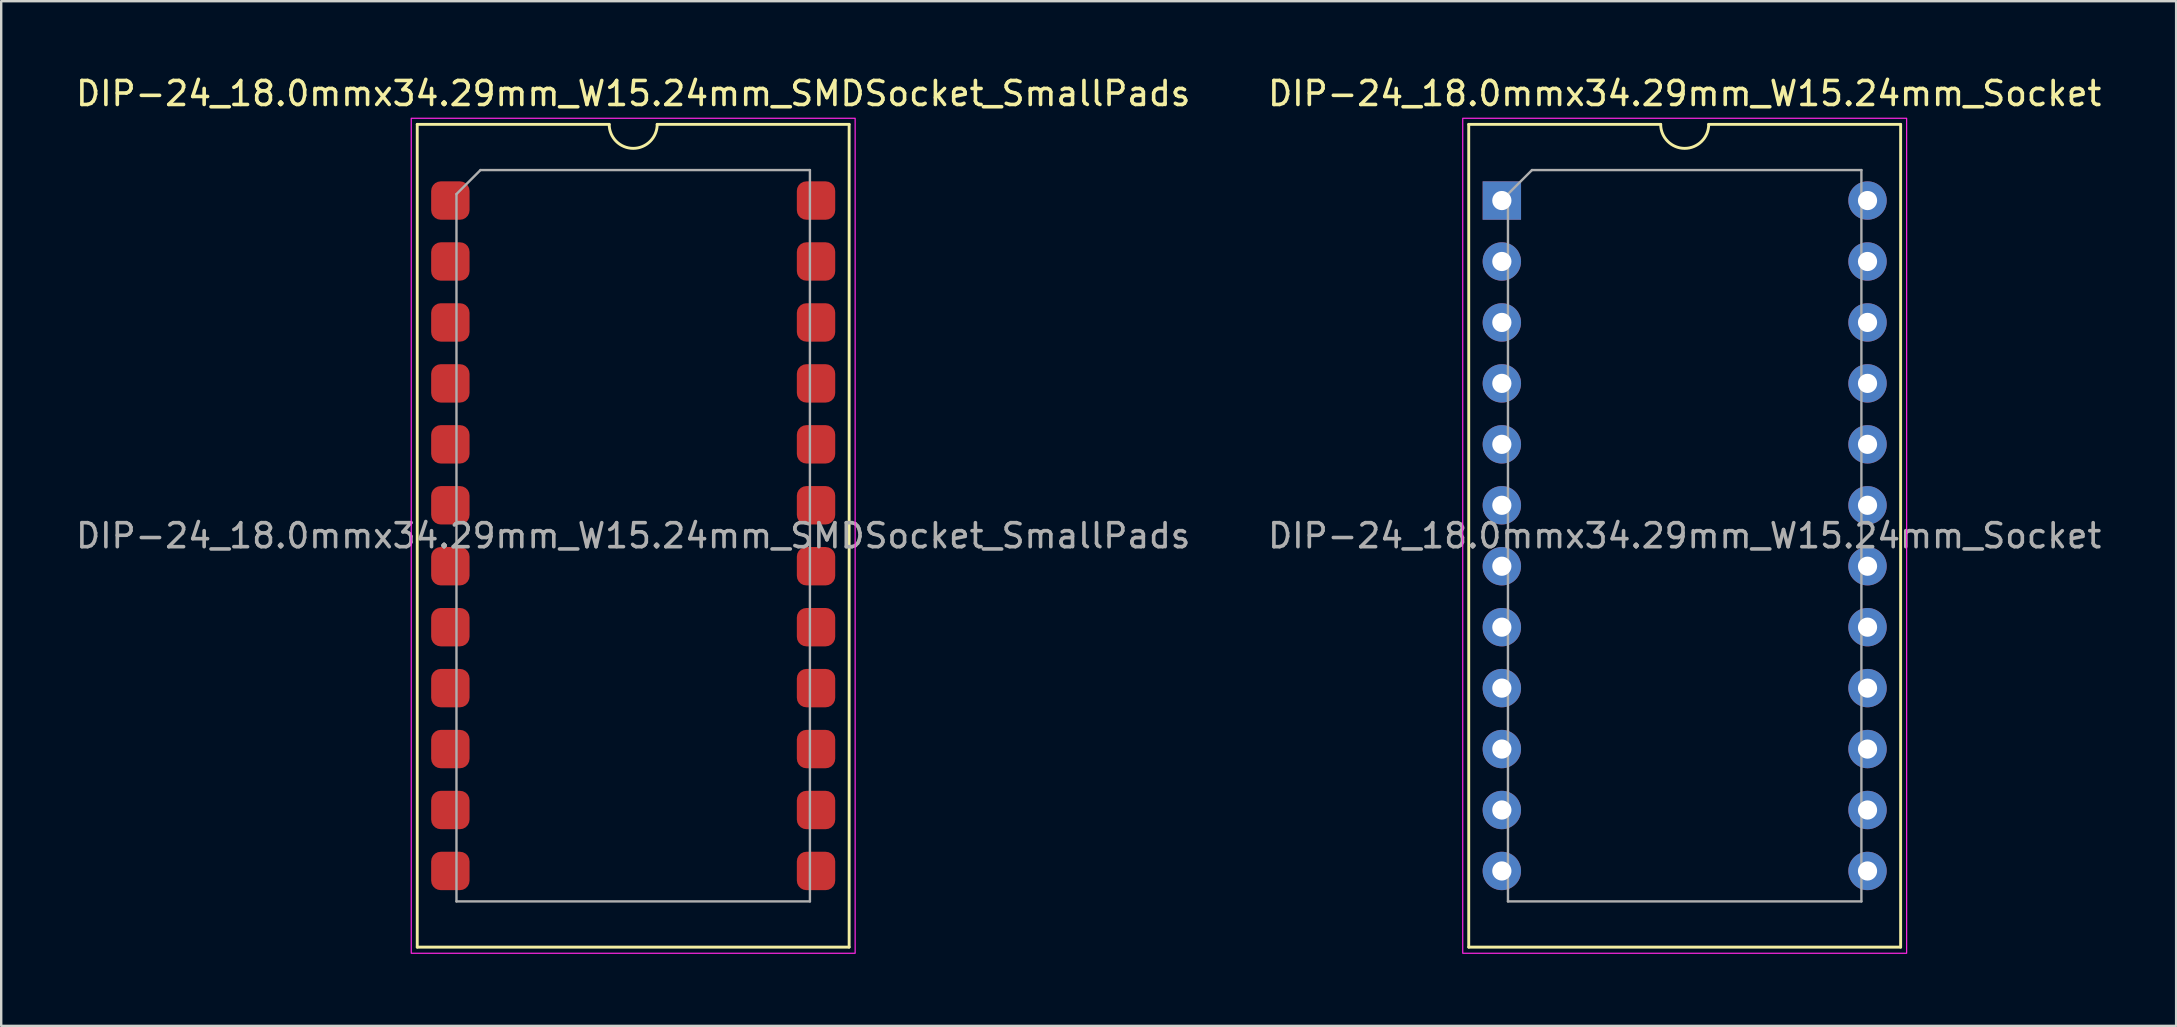
<source format=kicad_pcb>
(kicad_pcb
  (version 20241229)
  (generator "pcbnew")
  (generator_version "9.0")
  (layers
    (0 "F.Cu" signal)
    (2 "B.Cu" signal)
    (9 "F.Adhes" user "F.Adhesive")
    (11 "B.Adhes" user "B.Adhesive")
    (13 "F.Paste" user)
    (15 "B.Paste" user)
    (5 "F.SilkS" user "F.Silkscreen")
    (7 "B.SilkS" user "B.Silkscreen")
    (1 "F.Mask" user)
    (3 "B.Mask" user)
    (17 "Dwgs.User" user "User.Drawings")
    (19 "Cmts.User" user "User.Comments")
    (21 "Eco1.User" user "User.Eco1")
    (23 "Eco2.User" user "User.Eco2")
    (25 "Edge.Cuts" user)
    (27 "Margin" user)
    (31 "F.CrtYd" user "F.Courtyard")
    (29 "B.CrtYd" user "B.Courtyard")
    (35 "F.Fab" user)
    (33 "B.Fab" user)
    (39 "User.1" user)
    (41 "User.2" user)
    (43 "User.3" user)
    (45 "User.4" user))
  (footprint "DIP-24_18.0mmx34.29mm_W15.24mm_SMDSocket_SmallPads"
    (layer "F.Cu")
    (at 23.339 19.278)
    (property "Reference" "DIP-24_18.0mmx34.29mm_W15.24mm_SMDSocket_SmallPads" (at 0 -18.43 0) (layer "F.SilkS") (effects (font (size 1 1) (thickness 0.15))))
    (attr smd)
    (fp_line (start -9 -17.145) (end -9 17.145) (stroke (width 0.12) (type solid)) (layer "F.SilkS"))
    (fp_line (start -9 17.145) (end 9 17.145) (stroke (width 0.12) (type solid)) (layer "F.SilkS"))
    (fp_line (start -1 -17.145) (end -9 -17.145) (stroke (width 0.12) (type solid)) (layer "F.SilkS"))
    (fp_line (start 9 -17.145) (end 1 -17.145) (stroke (width 0.12) (type solid)) (layer "F.SilkS"))
    (fp_line (start 9 17.145) (end 9 -17.145) (stroke (width 0.12) (type solid)) (layer "F.SilkS"))
    (fp_arc (start 1 -17.145) (mid 0 -16.145) (end -1 -17.145) (stroke (width 0.12) (type solid)) (layer "F.SilkS"))
    (fp_rect (start -9.25 -17.4) (end 9.25 17.4) (stroke (width 0.05) (type default)) (fill no) (layer "F.CrtYd"))
    (fp_line (start -7.365 -14.24) (end -6.365 -15.24) (stroke (width 0.1) (type solid)) (layer "F.Fab"))
    (fp_line (start -7.365 15.24) (end -7.365 -14.24) (stroke (width 0.1) (type solid)) (layer "F.Fab"))
    (fp_line (start -6.365 -15.24) (end 7.365 -15.24) (stroke (width 0.1) (type solid)) (layer "F.Fab"))
    (fp_line (start 7.365 -15.24) (end 7.365 15.24) (stroke (width 0.1) (type solid)) (layer "F.Fab"))
    (fp_line (start 7.365 15.24) (end -7.365 15.24) (stroke (width 0.1) (type solid)) (layer "F.Fab"))
    (fp_text user "${REFERENCE}" (at 0 0 0) (layer "F.Fab") (effects (font (size 1 1) (thickness 0.15))))
    (pad "1" smd roundrect (at -7.62 -13.97) (size 1.6 1.6) (layers "F.Cu" "F.Mask" "F.Paste") (roundrect_rratio 0.25))
    (pad "2" smd roundrect (at -7.62 -11.43) (size 1.6 1.6) (layers "F.Cu" "F.Mask" "F.Paste") (roundrect_rratio 0.25))
    (pad "3" smd roundrect (at -7.62 -8.89) (size 1.6 1.6) (layers "F.Cu" "F.Mask" "F.Paste") (roundrect_rratio 0.25))
    (pad "4" smd roundrect (at -7.62 -6.35) (size 1.6 1.6) (layers "F.Cu" "F.Mask" "F.Paste") (roundrect_rratio 0.25))
    (pad "5" smd roundrect (at -7.62 -3.81) (size 1.6 1.6) (layers "F.Cu" "F.Mask" "F.Paste") (roundrect_rratio 0.25))
    (pad "6" smd roundrect (at -7.62 -1.27) (size 1.6 1.6) (layers "F.Cu" "F.Mask" "F.Paste") (roundrect_rratio 0.25))
    (pad "7" smd roundrect (at -7.62 1.27) (size 1.6 1.6) (layers "F.Cu" "F.Mask" "F.Paste") (roundrect_rratio 0.25))
    (pad "8" smd roundrect (at -7.62 3.81) (size 1.6 1.6) (layers "F.Cu" "F.Mask" "F.Paste") (roundrect_rratio 0.25))
    (pad "9" smd roundrect (at -7.62 6.35) (size 1.6 1.6) (layers "F.Cu" "F.Mask" "F.Paste") (roundrect_rratio 0.25))
    (pad "10" smd roundrect (at -7.62 8.89) (size 1.6 1.6) (layers "F.Cu" "F.Mask" "F.Paste") (roundrect_rratio 0.25))
    (pad "11" smd roundrect (at -7.62 11.43) (size 1.6 1.6) (layers "F.Cu" "F.Mask" "F.Paste") (roundrect_rratio 0.25))
    (pad "12" smd roundrect (at -7.62 13.97) (size 1.6 1.6) (layers "F.Cu" "F.Mask" "F.Paste") (roundrect_rratio 0.25))
    (pad "13" smd roundrect (at 7.62 13.97) (size 1.6 1.6) (layers "F.Cu" "F.Mask" "F.Paste") (roundrect_rratio 0.25))
    (pad "14" smd roundrect (at 7.62 11.43) (size 1.6 1.6) (layers "F.Cu" "F.Mask" "F.Paste") (roundrect_rratio 0.25))
    (pad "15" smd roundrect (at 7.62 8.89) (size 1.6 1.6) (layers "F.Cu" "F.Mask" "F.Paste") (roundrect_rratio 0.25))
    (pad "16" smd roundrect (at 7.62 6.35) (size 1.6 1.6) (layers "F.Cu" "F.Mask" "F.Paste") (roundrect_rratio 0.25))
    (pad "17" smd roundrect (at 7.62 3.81) (size 1.6 1.6) (layers "F.Cu" "F.Mask" "F.Paste") (roundrect_rratio 0.25))
    (pad "18" smd roundrect (at 7.62 1.27) (size 1.6 1.6) (layers "F.Cu" "F.Mask" "F.Paste") (roundrect_rratio 0.25))
    (pad "19" smd roundrect (at 7.62 -1.27) (size 1.6 1.6) (layers "F.Cu" "F.Mask" "F.Paste") (roundrect_rratio 0.25))
    (pad "20" smd roundrect (at 7.62 -3.81) (size 1.6 1.6) (layers "F.Cu" "F.Mask" "F.Paste") (roundrect_rratio 0.25))
    (pad "21" smd roundrect (at 7.62 -6.35) (size 1.6 1.6) (layers "F.Cu" "F.Mask" "F.Paste") (roundrect_rratio 0.25))
    (pad "22" smd roundrect (at 7.62 -8.89) (size 1.6 1.6) (layers "F.Cu" "F.Mask" "F.Paste") (roundrect_rratio 0.25))
    (pad "23" smd roundrect (at 7.62 -11.43) (size 1.6 1.6) (layers "F.Cu" "F.Mask" "F.Paste") (roundrect_rratio 0.25))
    (pad "24" smd roundrect (at 7.62 -13.97) (size 1.6 1.6) (layers "F.Cu" "F.Mask" "F.Paste") (roundrect_rratio 0.25)))
  (footprint "DIP-24_18.0mmx34.29mm_W15.24mm_Socket"
    (layer "F.Cu")
    (at 59.541 5.308)
    (property "Reference" "DIP-24_18.0mmx34.29mm_W15.24mm_Socket" (at 7.62 -4.46 0) (layer "F.SilkS") (effects (font (size 1 1) (thickness 0.15))))
    (attr through_hole)
    (fp_line (start -1.38 -3.175) (end -1.38 31.115) (stroke (width 0.12) (type solid)) (layer "F.SilkS"))
    (fp_line (start -1.38 31.115) (end 16.62 31.115) (stroke (width 0.12) (type solid)) (layer "F.SilkS"))
    (fp_line (start 6.62 -3.175) (end -1.38 -3.175) (stroke (width 0.12) (type solid)) (layer "F.SilkS"))
    (fp_line (start 16.62 -3.175) (end 8.62 -3.175) (stroke (width 0.12) (type solid)) (layer "F.SilkS"))
    (fp_line (start 16.62 31.115) (end 16.62 -3.175) (stroke (width 0.12) (type solid)) (layer "F.SilkS"))
    (fp_arc (start 8.62 -3.175) (mid 7.62 -2.175) (end 6.62 -3.175) (stroke (width 0.12) (type solid)) (layer "F.SilkS"))
    (fp_rect (start -1.63 -3.43) (end 16.87 31.37) (stroke (width 0.05) (type default)) (fill no) (layer "F.CrtYd"))
    (fp_line (start 0.255 -0.27) (end 1.255 -1.27) (stroke (width 0.1) (type solid)) (layer "F.Fab"))
    (fp_line (start 0.255 29.21) (end 0.255 -0.27) (stroke (width 0.1) (type solid)) (layer "F.Fab"))
    (fp_line (start 1.255 -1.27) (end 14.985 -1.27) (stroke (width 0.1) (type solid)) (layer "F.Fab"))
    (fp_line (start 14.985 -1.27) (end 14.985 29.21) (stroke (width 0.1) (type solid)) (layer "F.Fab"))
    (fp_line (start 14.985 29.21) (end 0.255 29.21) (stroke (width 0.1) (type solid)) (layer "F.Fab"))
    (fp_text user "${REFERENCE}" (at 7.62 13.97 0) (layer "F.Fab") (effects (font (size 1 1) (thickness 0.15))))
    (pad "1" thru_hole rect (at 0 0) (size 1.6 1.6) (drill 0.8) (layers "*.Cu" "*.Mask"))
    (pad "2" thru_hole oval (at 0 2.54) (size 1.6 1.6) (drill 0.8) (layers "*.Cu" "*.Mask"))
    (pad "3" thru_hole oval (at 0 5.08) (size 1.6 1.6) (drill 0.8) (layers "*.Cu" "*.Mask"))
    (pad "4" thru_hole oval (at 0 7.62) (size 1.6 1.6) (drill 0.8) (layers "*.Cu" "*.Mask"))
    (pad "5" thru_hole oval (at 0 10.16) (size 1.6 1.6) (drill 0.8) (layers "*.Cu" "*.Mask"))
    (pad "6" thru_hole oval (at 0 12.7) (size 1.6 1.6) (drill 0.8) (layers "*.Cu" "*.Mask"))
    (pad "7" thru_hole oval (at 0 15.24) (size 1.6 1.6) (drill 0.8) (layers "*.Cu" "*.Mask"))
    (pad "8" thru_hole oval (at 0 17.78) (size 1.6 1.6) (drill 0.8) (layers "*.Cu" "*.Mask"))
    (pad "9" thru_hole oval (at 0 20.32) (size 1.6 1.6) (drill 0.8) (layers "*.Cu" "*.Mask"))
    (pad "10" thru_hole oval (at 0 22.86) (size 1.6 1.6) (drill 0.8) (layers "*.Cu" "*.Mask"))
    (pad "11" thru_hole oval (at 0 25.4) (size 1.6 1.6) (drill 0.8) (layers "*.Cu" "*.Mask"))
    (pad "12" thru_hole oval (at 0 27.94) (size 1.6 1.6) (drill 0.8) (layers "*.Cu" "*.Mask"))
    (pad "13" thru_hole oval (at 15.24 27.94) (size 1.6 1.6) (drill 0.8) (layers "*.Cu" "*.Mask"))
    (pad "14" thru_hole oval (at 15.24 25.4) (size 1.6 1.6) (drill 0.8) (layers "*.Cu" "*.Mask"))
    (pad "15" thru_hole oval (at 15.24 22.86) (size 1.6 1.6) (drill 0.8) (layers "*.Cu" "*.Mask"))
    (pad "16" thru_hole oval (at 15.24 20.32) (size 1.6 1.6) (drill 0.8) (layers "*.Cu" "*.Mask"))
    (pad "17" thru_hole oval (at 15.24 17.78) (size 1.6 1.6) (drill 0.8) (layers "*.Cu" "*.Mask"))
    (pad "18" thru_hole oval (at 15.24 15.24) (size 1.6 1.6) (drill 0.8) (layers "*.Cu" "*.Mask"))
    (pad "19" thru_hole oval (at 15.24 12.7) (size 1.6 1.6) (drill 0.8) (layers "*.Cu" "*.Mask"))
    (pad "20" thru_hole oval (at 15.24 10.16) (size 1.6 1.6) (drill 0.8) (layers "*.Cu" "*.Mask"))
    (pad "21" thru_hole oval (at 15.24 7.62) (size 1.6 1.6) (drill 0.8) (layers "*.Cu" "*.Mask"))
    (pad "22" thru_hole oval (at 15.24 5.08) (size 1.6 1.6) (drill 0.8) (layers "*.Cu" "*.Mask"))
    (pad "23" thru_hole oval (at 15.24 2.54) (size 1.6 1.6) (drill 0.8) (layers "*.Cu" "*.Mask"))
    (pad "24" thru_hole oval (at 15.24 0) (size 1.6 1.6) (drill 0.8) (layers "*.Cu" "*.Mask")))
  (gr_rect
    (start -3 -3)
    (end 87.643 39.703)
    (stroke (width 0.1) (type default))
    (fill no)
    (layer "Edge.Cuts")))
</source>
